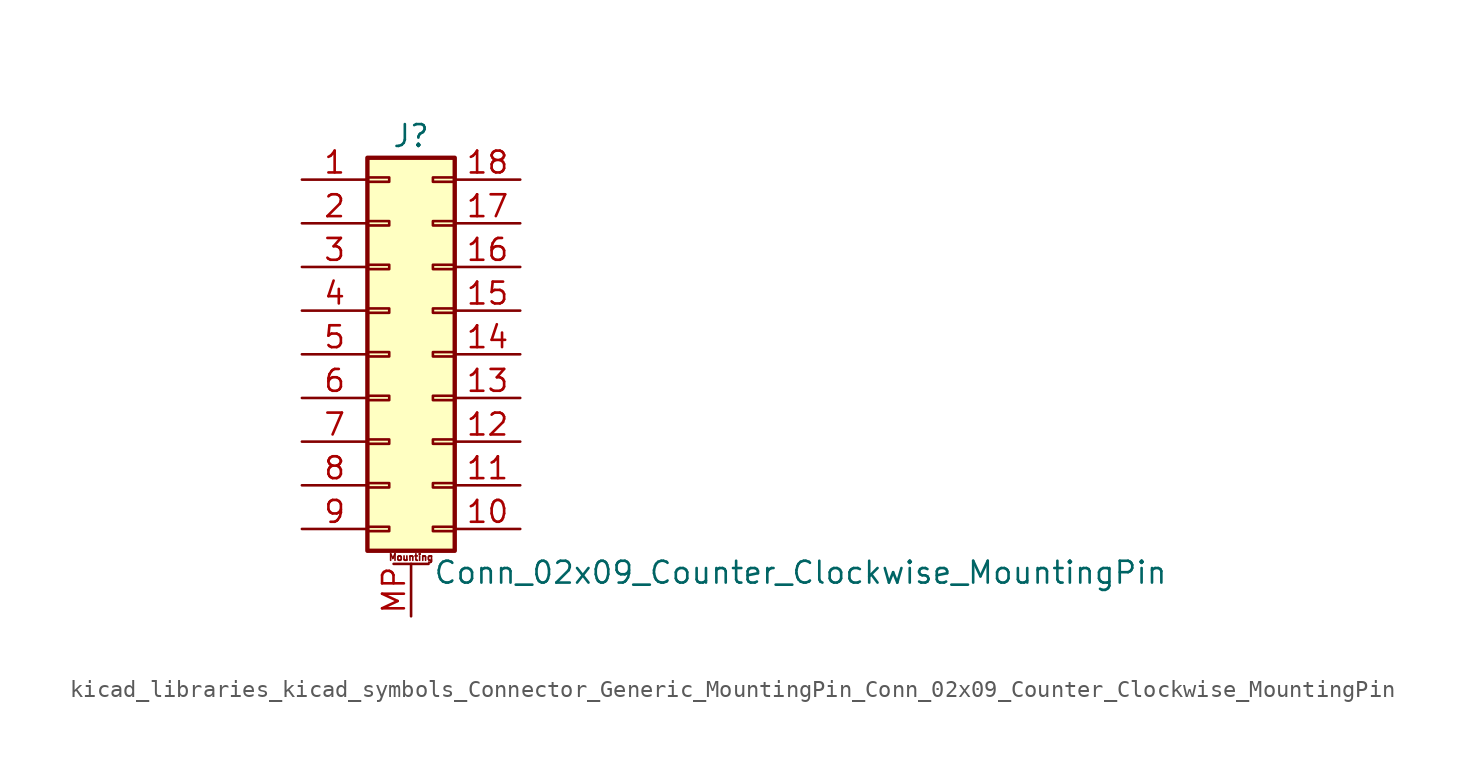
<source format=kicad_sym>
(kicad_symbol_lib
  (version 20220914)
  (generator kicad_symbol_editor)
  (symbol "kicad_libraries_kicad_symbols_Connector_Generic_MountingPin_Conn_02x09_Counter_Clockwise_MountingPin"
    (pin_names
      (offset 1.016) hide)
    (property "Reference" "J"
      (at 1.27 12.7 0)
      (effects (font (size 1.27 1.27))))
    (property "Value" "Conn_02x09_Counter_Clockwise_MountingPin"
      (at 2.54 -12.7 0)
      (effects (font (size 1.27 1.27)) (justify left)))
    (symbol "kicad_libraries_kicad_symbols_Connector_Generic_MountingPin_Conn_02x09_Counter_Clockwise_MountingPin_1_1"
      (rectangle (start -1.27 -10.033) (end 0 -10.287) (stroke (width 0.152) (type default)) (fill (type none)))
      (rectangle (start -1.27 -7.493) (end 0 -7.747) (stroke (width 0.152) (type default)) (fill (type none)))
      (rectangle (start -1.27 -4.953) (end 0 -5.207) (stroke (width 0.152) (type default)) (fill (type none)))
      (rectangle (start -1.27 -2.413) (end 0 -2.667) (stroke (width 0.152) (type default)) (fill (type none)))
      (rectangle (start -1.27 0.127) (end 0 -0.127) (stroke (width 0.152) (type default)) (fill (type none)))
      (rectangle (start -1.27 2.667) (end 0 2.413) (stroke (width 0.152) (type default)) (fill (type none)))
      (rectangle (start -1.27 5.207) (end 0 4.953) (stroke (width 0.152) (type default)) (fill (type none)))
      (rectangle (start -1.27 7.747) (end 0 7.493) (stroke (width 0.152) (type default)) (fill (type none)))
      (rectangle (start -1.27 10.287) (end 0 10.033) (stroke (width 0.152) (type default)) (fill (type none)))
      (rectangle (start -1.27 11.43) (end 3.81 -11.43) (stroke (width 0.254) (type default)) (fill (type background)))
      (polyline (pts (xy 0.254 -12.192) (xy 2.286 -12.192)) (stroke (width 0.152) (type default)) (fill (type none)))
      (rectangle (start 3.81 -10.033) (end 2.54 -10.287) (stroke (width 0.152) (type default)) (fill (type none)))
      (rectangle (start 3.81 -7.493) (end 2.54 -7.747) (stroke (width 0.152) (type default)) (fill (type none)))
      (rectangle (start 3.81 -4.953) (end 2.54 -5.207) (stroke (width 0.152) (type default)) (fill (type none)))
      (rectangle (start 3.81 -2.413) (end 2.54 -2.667) (stroke (width 0.152) (type default)) (fill (type none)))
      (rectangle (start 3.81 0.127) (end 2.54 -0.127) (stroke (width 0.152) (type default)) (fill (type none)))
      (rectangle (start 3.81 2.667) (end 2.54 2.413) (stroke (width 0.152) (type default)) (fill (type none)))
      (rectangle (start 3.81 5.207) (end 2.54 4.953) (stroke (width 0.152) (type default)) (fill (type none)))
      (rectangle (start 3.81 7.747) (end 2.54 7.493) (stroke (width 0.152) (type default)) (fill (type none)))
      (rectangle (start 3.81 10.287) (end 2.54 10.033) (stroke (width 0.152) (type default)) (fill (type none)))
      (text "Mounting" (at 1.27 -11.811 0) (effects (font (size 0.381 0.381))))
      (pin passive line (at -5.08 10.16 0) (length 3.81) (name "Pin_1" (effects (font (size 1.27 1.27)))) (number "1" (effects (font (size 1.27 1.27)))))
      (pin passive line (at 7.62 -10.16 180) (length 3.81) (name "Pin_10" (effects (font (size 1.27 1.27)))) (number "10" (effects (font (size 1.27 1.27)))))
      (pin passive line (at 7.62 -7.62 180) (length 3.81) (name "Pin_11" (effects (font (size 1.27 1.27)))) (number "11" (effects (font (size 1.27 1.27)))))
      (pin passive line (at 7.62 -5.08 180) (length 3.81) (name "Pin_12" (effects (font (size 1.27 1.27)))) (number "12" (effects (font (size 1.27 1.27)))))
      (pin passive line (at 7.62 -2.54 180) (length 3.81) (name "Pin_13" (effects (font (size 1.27 1.27)))) (number "13" (effects (font (size 1.27 1.27)))))
      (pin passive line (at 7.62 0 180) (length 3.81) (name "Pin_14" (effects (font (size 1.27 1.27)))) (number "14" (effects (font (size 1.27 1.27)))))
      (pin passive line (at 7.62 2.54 180) (length 3.81) (name "Pin_15" (effects (font (size 1.27 1.27)))) (number "15" (effects (font (size 1.27 1.27)))))
      (pin passive line (at 7.62 5.08 180) (length 3.81) (name "Pin_16" (effects (font (size 1.27 1.27)))) (number "16" (effects (font (size 1.27 1.27)))))
      (pin passive line (at 7.62 7.62 180) (length 3.81) (name "Pin_17" (effects (font (size 1.27 1.27)))) (number "17" (effects (font (size 1.27 1.27)))))
      (pin passive line (at 7.62 10.16 180) (length 3.81) (name "Pin_18" (effects (font (size 1.27 1.27)))) (number "18" (effects (font (size 1.27 1.27)))))
      (pin passive line (at -5.08 7.62 0) (length 3.81) (name "Pin_2" (effects (font (size 1.27 1.27)))) (number "2" (effects (font (size 1.27 1.27)))))
      (pin passive line (at -5.08 5.08 0) (length 3.81) (name "Pin_3" (effects (font (size 1.27 1.27)))) (number "3" (effects (font (size 1.27 1.27)))))
      (pin passive line (at -5.08 2.54 0) (length 3.81) (name "Pin_4" (effects (font (size 1.27 1.27)))) (number "4" (effects (font (size 1.27 1.27)))))
      (pin passive line (at -5.08 0 0) (length 3.81) (name "Pin_5" (effects (font (size 1.27 1.27)))) (number "5" (effects (font (size 1.27 1.27)))))
      (pin passive line (at -5.08 -2.54 0) (length 3.81) (name "Pin_6" (effects (font (size 1.27 1.27)))) (number "6" (effects (font (size 1.27 1.27)))))
      (pin passive line (at -5.08 -5.08 0) (length 3.81) (name "Pin_7" (effects (font (size 1.27 1.27)))) (number "7" (effects (font (size 1.27 1.27)))))
      (pin passive line (at -5.08 -7.62 0) (length 3.81) (name "Pin_8" (effects (font (size 1.27 1.27)))) (number "8" (effects (font (size 1.27 1.27)))))
      (pin passive line (at -5.08 -10.16 0) (length 3.81) (name "Pin_9" (effects (font (size 1.27 1.27)))) (number "9" (effects (font (size 1.27 1.27)))))
      (pin passive line (at 1.27 -15.24 90) (length 3.048) (name "MountPin" (effects (font (size 1.27 1.27)))) (number "MP" (effects (font (size 1.27 1.27))))))))
</source>
